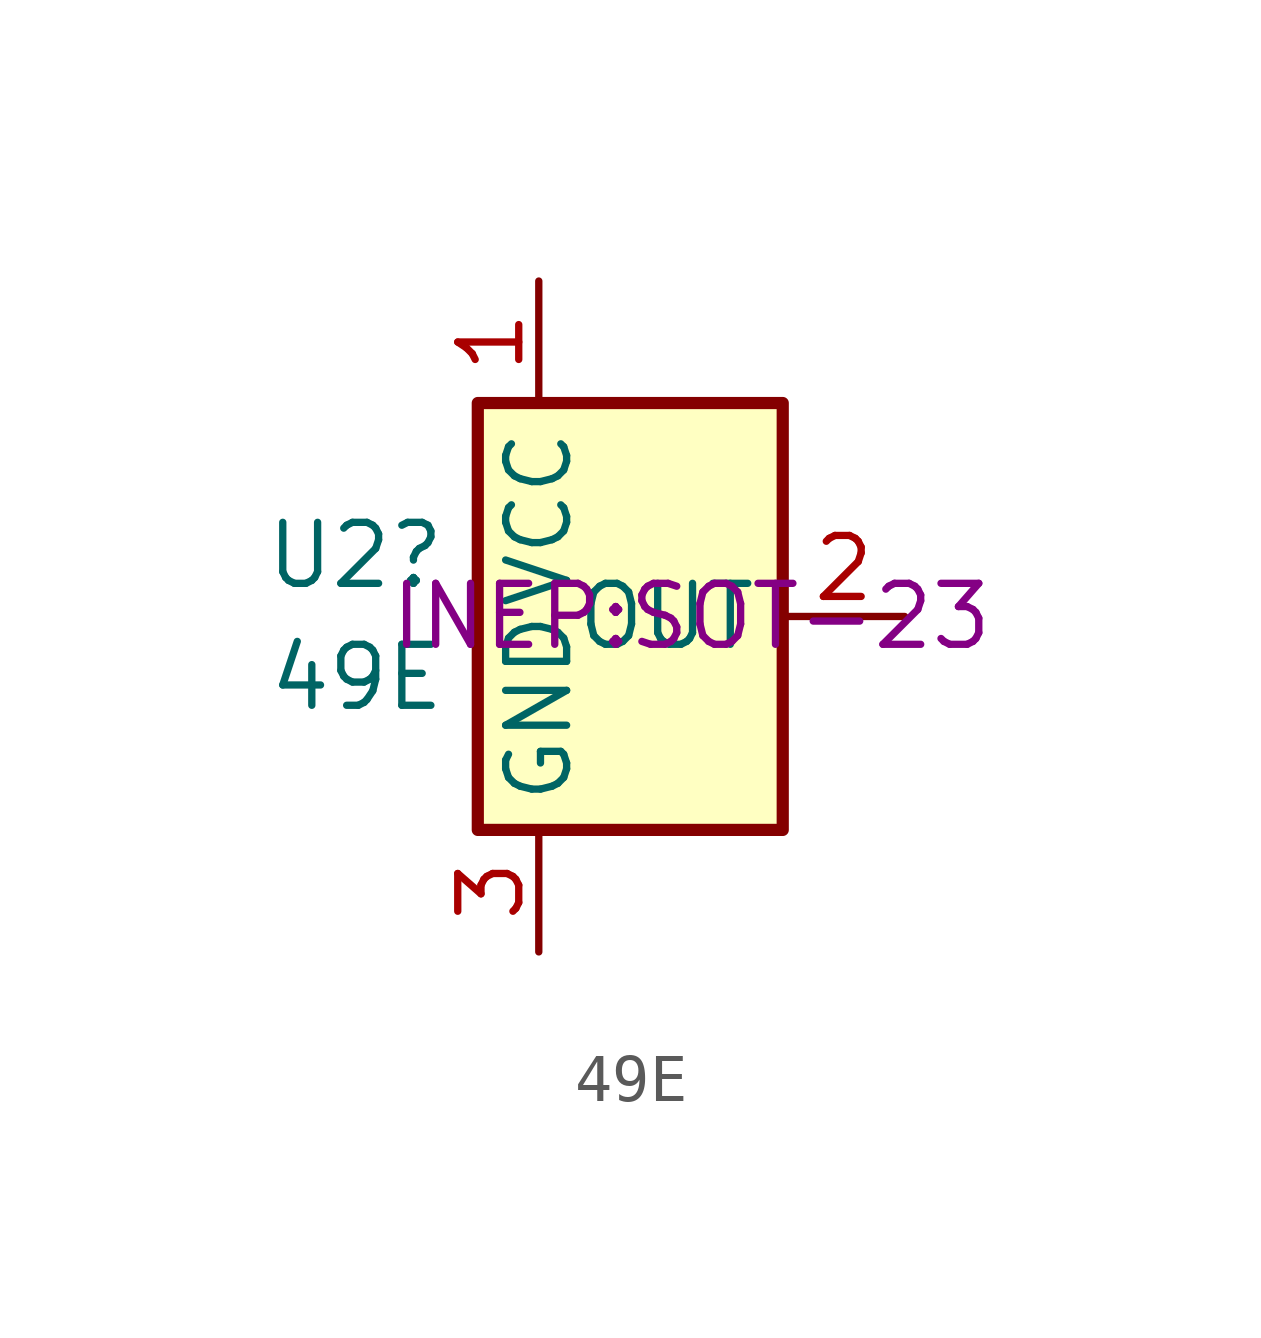
<source format=kicad_sym>
(kicad_symbol_lib
  (version 20211014)
  (generator kicad_symbol_editor)
  (symbol "49E"
    (property "Reference" "U2"
      (at -3.81 1.27 0)
      (effects (font (size 1.27 1.27)) (justify right)))
    (property "Value" "49E"
      (at -3.81 -1.27 0)
      (effects (font (size 1.27 1.27)) (justify right)))
    (property "Footprint" "INEP:SOT-23"
      (at 1.27 0 0)
      (effects (font (size 1.27 1.27))))
    (symbol "49E_0_1"
      (rectangle (start -3.175 4.445) (end 3.175 -4.445) (stroke (width 0.254) (type default) (color 0 0 0 0)) (fill (type background))))
    (symbol "49E_1_1"
      (pin power_in line (at -1.905 6.985 270) (length 2.54) (name "VCC" (effects (font (size 1.27 1.27)))) (number "1" (effects (font (size 1.27 1.27)))))
      (pin output line (at 5.715 0 180) (length 2.54) (name "OUT" (effects (font (size 1.27 1.27)))) (number "2" (effects (font (size 1.27 1.27)))))
      (pin power_in line (at -1.905 -6.985 90) (length 2.54) (name "GND" (effects (font (size 1.27 1.27)))) (number "3" (effects (font (size 1.27 1.27))))))))
</source>
